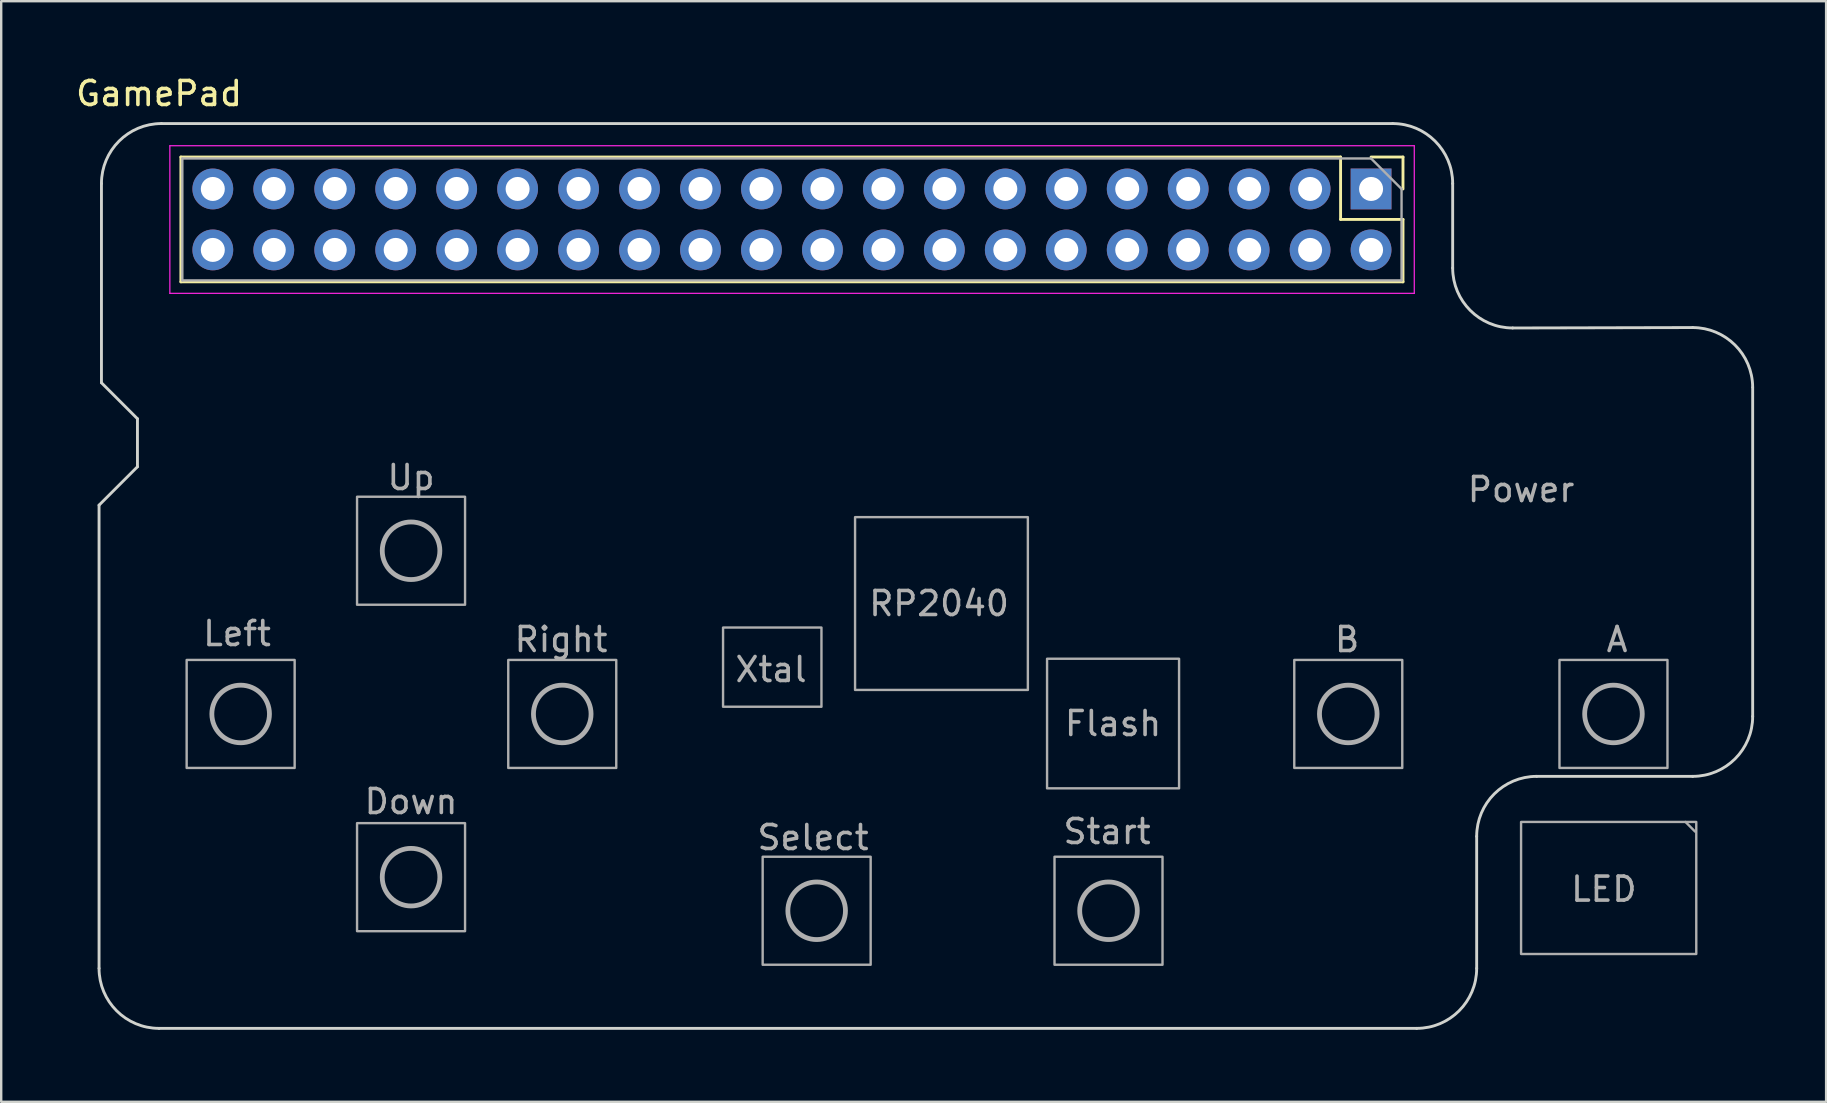
<source format=kicad_pcb>
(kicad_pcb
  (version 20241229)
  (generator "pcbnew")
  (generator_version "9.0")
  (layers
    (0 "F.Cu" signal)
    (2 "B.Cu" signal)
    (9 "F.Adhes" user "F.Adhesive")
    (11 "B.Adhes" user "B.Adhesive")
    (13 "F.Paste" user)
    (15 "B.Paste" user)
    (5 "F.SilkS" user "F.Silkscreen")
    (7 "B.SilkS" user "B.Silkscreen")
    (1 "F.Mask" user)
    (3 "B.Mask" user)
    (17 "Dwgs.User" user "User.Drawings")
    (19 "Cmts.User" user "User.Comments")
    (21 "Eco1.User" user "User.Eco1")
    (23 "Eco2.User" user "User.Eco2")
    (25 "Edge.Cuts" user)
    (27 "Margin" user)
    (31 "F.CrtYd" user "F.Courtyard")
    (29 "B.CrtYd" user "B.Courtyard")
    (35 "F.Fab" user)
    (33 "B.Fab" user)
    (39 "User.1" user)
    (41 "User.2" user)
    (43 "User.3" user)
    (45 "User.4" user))
  (footprint "GamePad"
    (layer "F.Cu")
    (at 36.077 22.098)
    (property "Reference" "GamePad" (at -32.5 -21.25 0) (unlocked yes) (layer "F.SilkS") (effects (font (size 1 1) (thickness 0.15))))
    (attr through_hole)
    (fp_line (start -31.59 -18.605) (end -31.59 -13.405) (stroke (width 0.12) (type solid)) (layer "F.SilkS"))
    (fp_line (start 16.73 -18.605) (end -31.59 -18.605) (stroke (width 0.12) (type solid)) (layer "F.SilkS"))
    (fp_line (start 16.73 -18.605) (end 16.73 -16.005) (stroke (width 0.12) (type solid)) (layer "F.SilkS"))
    (fp_line (start 16.73 -16.005) (end 19.33 -16.005) (stroke (width 0.12) (type solid)) (layer "F.SilkS"))
    (fp_line (start 18 -18.605) (end 19.33 -18.605) (stroke (width 0.12) (type solid)) (layer "F.SilkS"))
    (fp_line (start 19.33 -18.605) (end 19.33 -17.275) (stroke (width 0.12) (type solid)) (layer "F.SilkS"))
    (fp_line (start 19.33 -16.005) (end 19.33 -13.405) (stroke (width 0.12) (type solid)) (layer "F.SilkS"))
    (fp_line (start 19.33 -13.405) (end -31.59 -13.405) (stroke (width 0.12) (type solid)) (layer "F.SilkS"))
    (fp_line (start -35 -4.1) (end -35 15.2) (stroke (width 0.12) (type solid)) (layer "Edge.Cuts"))
    (fp_line (start -34.9 -17.5) (end -34.9 -9.2) (stroke (width 0.12) (type solid)) (layer "Edge.Cuts"))
    (fp_line (start -34.9 -9.2) (end -33.4 -7.7) (stroke (width 0.12) (type solid)) (layer "Edge.Cuts"))
    (fp_line (start -33.4 -7.7) (end -33.4 -5.7) (stroke (width 0.12) (type solid)) (layer "Edge.Cuts"))
    (fp_line (start -33.4 -5.7) (end -35 -4.1) (stroke (width 0.12) (type solid)) (layer "Edge.Cuts"))
    (fp_line (start -32.5 17.7) (end 19.9 17.7) (stroke (width 0.12) (type solid)) (layer "Edge.Cuts"))
    (fp_line (start -32.4 -20) (end 18.9 -20) (stroke (width 0.12) (type solid)) (layer "Edge.Cuts"))
    (fp_line (start 21.4 -17.5) (end 21.4 -13.982) (stroke (width 0.12) (type solid)) (layer "Edge.Cuts"))
    (fp_line (start 22.4 9.7) (end 22.4 15.2) (stroke (width 0.12) (type solid)) (layer "Edge.Cuts"))
    (fp_line (start 23.9 -11.482) (end 31.4 -11.5) (stroke (width 0.12) (type solid)) (layer "Edge.Cuts"))
    (fp_line (start 24.9 7.2) (end 31.4 7.2) (stroke (width 0.12) (type solid)) (layer "Edge.Cuts"))
    (fp_line (start 33.9 4.7) (end 33.9 -9) (stroke (width 0.12) (type solid)) (layer "Edge.Cuts"))
    (fp_arc (start -34.9 -17.5) (mid -34.167767 -19.267767) (end -32.4 -20) (stroke (width 0.12) (type solid)) (layer "Edge.Cuts"))
    (fp_arc (start -32.5 17.7) (mid -34.267767 16.967767) (end -35 15.2) (stroke (width 0.12) (type solid)) (layer "Edge.Cuts"))
    (fp_arc (start 18.9 -20) (mid 20.667767 -19.267767) (end 21.4 -17.5) (stroke (width 0.12) (type solid)) (layer "Edge.Cuts"))
    (fp_arc (start 22.4 9.7) (mid 23.132233 7.932233) (end 24.9 7.2) (stroke (width 0.12) (type solid)) (layer "Edge.Cuts"))
    (fp_arc (start 22.4 15.2) (mid 21.667767 16.967767) (end 19.9 17.7) (stroke (width 0.12) (type solid)) (layer "Edge.Cuts"))
    (fp_arc (start 23.9 -11.482412) (mid 22.132233 -12.214645) (end 21.4 -13.982412) (stroke (width 0.12) (type solid)) (layer "Edge.Cuts"))
    (fp_arc (start 31.4 -11.5) (mid 33.161411 -10.7741) (end 33.899936 -9.017946) (stroke (width 0.12) (type solid)) (layer "Edge.Cuts"))
    (fp_arc (start 33.9 4.7) (mid 33.167767 6.467767) (end 31.4 7.2) (stroke (width 0.12) (type solid)) (layer "Edge.Cuts"))
    (fp_line (start -32.05 -19.075) (end -32.05 -12.925) (stroke (width 0.05) (type solid)) (layer "F.CrtYd"))
    (fp_line (start -32.05 -12.925) (end 19.8 -12.925) (stroke (width 0.05) (type solid)) (layer "F.CrtYd"))
    (fp_line (start 19.8 -19.075) (end -32.05 -19.075) (stroke (width 0.05) (type solid)) (layer "F.CrtYd"))
    (fp_line (start 19.8 -12.925) (end 19.8 -19.075) (stroke (width 0.05) (type solid)) (layer "F.CrtYd"))
    (fp_line (start -31.53 -18.545) (end 18 -18.545) (stroke (width 0.1) (type solid)) (layer "F.Fab"))
    (fp_line (start -31.53 -13.465) (end -31.53 -18.545) (stroke (width 0.1) (type solid)) (layer "F.Fab"))
    (fp_line (start 18 -18.545) (end 19.27 -17.275) (stroke (width 0.1) (type solid)) (layer "F.Fab"))
    (fp_line (start 19.27 -17.275) (end 19.27 -13.465) (stroke (width 0.1) (type solid)) (layer "F.Fab"))
    (fp_line (start 19.27 -13.465) (end -31.53 -13.465) (stroke (width 0.1) (type solid)) (layer "F.Fab"))
    (fp_line (start 31.1 9.1) (end 31.5 9.5) (stroke (width 0.1) (type solid)) (layer "F.Fab"))
    (fp_rect (start -31.35 2.35) (end -26.85 6.85) (stroke (width 0.1) (type solid)) (fill no) (layer "F.Fab"))
    (fp_rect (start -17.95 2.35) (end -13.45 6.85) (stroke (width 0.1) (type solid)) (fill no) (layer "F.Fab"))
    (fp_rect (start -7.35 10.55) (end -2.85 15.05) (stroke (width 0.1) (type solid)) (fill no) (layer "F.Fab"))
    (fp_rect (start -4.9 4.3) (end -9 1) (stroke (width 0.1) (type solid)) (fill no) (layer "F.Fab"))
    (fp_rect (start -3.5 -3.6) (end 3.7 3.6) (stroke (width 0.1) (type solid)) (fill no) (layer "F.Fab"))
    (fp_rect (start 4.5 2.3) (end 10 7.7) (stroke (width 0.1) (type solid)) (fill no) (layer "F.Fab"))
    (fp_rect (start 4.81 10.55) (end 9.31 15.05) (stroke (width 0.1) (type solid)) (fill no) (layer "F.Fab"))
    (fp_rect (start 14.8 2.35) (end 19.3 6.85) (stroke (width 0.1) (type solid)) (fill no) (layer "F.Fab"))
    (fp_rect (start 24.25 9.1) (end 31.55 14.6) (stroke (width 0.1) (type solid)) (fill no) (layer "F.Fab"))
    (fp_rect (start 25.85 2.35) (end 30.35 6.85) (stroke (width 0.1) (type solid)) (fill no) (layer "F.Fab"))
    (fp_circle (center -29.1 4.6) (end -27.9 4.6) (stroke (width 0.2) (type solid)) (fill no) (layer "F.Fab"))
    (fp_circle (center -22 -2.2) (end -22 -3.4) (stroke (width 0.2) (type solid)) (fill no) (layer "F.Fab"))
    (fp_circle (center -22 11.4) (end -22 10.2) (stroke (width 0.2) (type solid)) (fill no) (layer "F.Fab"))
    (fp_circle (center -15.7 4.6) (end -14.5 4.6) (stroke (width 0.2) (type solid)) (fill no) (layer "F.Fab"))
    (fp_circle (center -5.1 12.8) (end -3.9 12.8) (stroke (width 0.2) (type solid)) (fill no) (layer "F.Fab"))
    (fp_circle (center 7.06 12.8) (end 8.26 12.8) (stroke (width 0.2) (type solid)) (fill no) (layer "F.Fab"))
    (fp_circle (center 17.05 4.6) (end 18.25 4.6) (stroke (width 0.2) (type solid)) (fill no) (layer "F.Fab"))
    (fp_circle (center 28.1 4.6) (end 29.3 4.6) (stroke (width 0.2) (type solid)) (fill no) (layer "F.Fab"))
    (fp_poly (pts (xy -24.25 0.05) (xy -24.25 -4.45) (xy -19.75 -4.45) (xy -19.75 0.05)) (stroke (width 0.1) (type solid)) (fill no) (layer "F.Fab"))
    (fp_poly (pts (xy -24.25 13.65) (xy -24.25 9.15) (xy -19.75 9.15) (xy -19.75 13.65)) (stroke (width 0.1) (type solid)) (fill no) (layer "F.Fab"))
    (fp_text user "Power" (at 24.25 -4.75 0) (unlocked yes) (layer "F.Fab") (effects (font (size 1 1) (thickness 0.15))))
    (fp_text user "Start" (at 7 9.5 0) (unlocked yes) (layer "F.Fab") (effects (font (size 1 1) (thickness 0.15))))
    (fp_text user "Xtal" (at -7 2.75 0) (unlocked yes) (layer "F.Fab") (effects (font (size 1 1) (thickness 0.15))))
    (fp_text user "B" (at 17 1.5 0) (unlocked yes) (layer "F.Fab") (effects (font (size 1 1) (thickness 0.15))))
    (fp_text user "A" (at 28.25 1.5 0) (unlocked yes) (layer "F.Fab") (effects (font (size 1 1) (thickness 0.15))))
    (fp_text user "LED" (at 27.7 11.9 0) (unlocked yes) (layer "F.Fab") (effects (font (size 1 1) (thickness 0.15))))
    (fp_text user "Flash" (at 7.25 5 0) (unlocked yes) (layer "F.Fab") (effects (font (size 1 1) (thickness 0.15))))
    (fp_text user "Select" (at -5.25 9.75 0) (unlocked yes) (layer "F.Fab") (effects (font (size 1 1) (thickness 0.15))))
    (fp_text user "Right" (at -15.75 1.5 0) (unlocked yes) (layer "F.Fab") (effects (font (size 1 1) (thickness 0.15))))
    (fp_text user "Left" (at -29.25 1.25 0) (unlocked yes) (layer "F.Fab") (effects (font (size 1 1) (thickness 0.15))))
    (fp_text user "Down" (at -22 8.25 0) (unlocked yes) (layer "F.Fab") (effects (font (size 1 1) (thickness 0.15))))
    (fp_text user "RP2040" (at 0 0 0) (unlocked yes) (layer "F.Fab") (effects (font (size 1 1) (thickness 0.15))))
    (fp_text user "Up" (at -22 -5.25 0) (unlocked yes) (layer "F.Fab") (effects (font (size 1 1) (thickness 0.15))))
    (pad "1" thru_hole rect (at 18 -17.275 270) (size 1.7 1.7) (drill 1) (layers "*.Cu" "*.Mask"))
    (pad "2" thru_hole oval (at 18 -14.735 270) (size 1.7 1.7) (drill 1) (layers "*.Cu" "*.Mask"))
    (pad "3" thru_hole oval (at 15.46 -17.275 270) (size 1.7 1.7) (drill 1) (layers "*.Cu" "*.Mask"))
    (pad "4" thru_hole oval (at 15.46 -14.735 270) (size 1.7 1.7) (drill 1) (layers "*.Cu" "*.Mask"))
    (pad "5" thru_hole oval (at 12.92 -17.275 270) (size 1.7 1.7) (drill 1) (layers "*.Cu" "*.Mask"))
    (pad "6" thru_hole oval (at 12.92 -14.735 270) (size 1.7 1.7) (drill 1) (layers "*.Cu" "*.Mask"))
    (pad "7" thru_hole oval (at 10.38 -17.275 270) (size 1.7 1.7) (drill 1) (layers "*.Cu" "*.Mask"))
    (pad "8" thru_hole oval (at 10.38 -14.735 270) (size 1.7 1.7) (drill 1) (layers "*.Cu" "*.Mask"))
    (pad "9" thru_hole oval (at 7.84 -17.275 270) (size 1.7 1.7) (drill 1) (layers "*.Cu" "*.Mask"))
    (pad "10" thru_hole oval (at 7.84 -14.735 270) (size 1.7 1.7) (drill 1) (layers "*.Cu" "*.Mask"))
    (pad "11" thru_hole oval (at 5.3 -17.275 270) (size 1.7 1.7) (drill 1) (layers "*.Cu" "*.Mask"))
    (pad "12" thru_hole oval (at 5.3 -14.735 270) (size 1.7 1.7) (drill 1) (layers "*.Cu" "*.Mask"))
    (pad "13" thru_hole oval (at 2.76 -17.275 270) (size 1.7 1.7) (drill 1) (layers "*.Cu" "*.Mask"))
    (pad "14" thru_hole oval (at 2.76 -14.735 270) (size 1.7 1.7) (drill 1) (layers "*.Cu" "*.Mask"))
    (pad "15" thru_hole oval (at 0.22 -17.275 270) (size 1.7 1.7) (drill 1) (layers "*.Cu" "*.Mask"))
    (pad "16" thru_hole oval (at 0.22 -14.735 270) (size 1.7 1.7) (drill 1) (layers "*.Cu" "*.Mask"))
    (pad "17" thru_hole oval (at -2.32 -17.275 270) (size 1.7 1.7) (drill 1) (layers "*.Cu" "*.Mask"))
    (pad "18" thru_hole oval (at -2.32 -14.735 270) (size 1.7 1.7) (drill 1) (layers "*.Cu" "*.Mask"))
    (pad "19" thru_hole oval (at -4.86 -17.275 270) (size 1.7 1.7) (drill 1) (layers "*.Cu" "*.Mask"))
    (pad "20" thru_hole oval (at -4.86 -14.735 270) (size 1.7 1.7) (drill 1) (layers "*.Cu" "*.Mask"))
    (pad "21" thru_hole oval (at -7.4 -17.275 270) (size 1.7 1.7) (drill 1) (layers "*.Cu" "*.Mask"))
    (pad "22" thru_hole oval (at -7.4 -14.735 270) (size 1.7 1.7) (drill 1) (layers "*.Cu" "*.Mask"))
    (pad "23" thru_hole oval (at -9.94 -17.275 270) (size 1.7 1.7) (drill 1) (layers "*.Cu" "*.Mask"))
    (pad "24" thru_hole oval (at -9.94 -14.735 270) (size 1.7 1.7) (drill 1) (layers "*.Cu" "*.Mask"))
    (pad "25" thru_hole oval (at -12.48 -17.275 270) (size 1.7 1.7) (drill 1) (layers "*.Cu" "*.Mask"))
    (pad "26" thru_hole oval (at -12.48 -14.735 270) (size 1.7 1.7) (drill 1) (layers "*.Cu" "*.Mask"))
    (pad "27" thru_hole oval (at -15.02 -17.275 270) (size 1.7 1.7) (drill 1) (layers "*.Cu" "*.Mask"))
    (pad "28" thru_hole oval (at -15.02 -14.735 270) (size 1.7 1.7) (drill 1) (layers "*.Cu" "*.Mask"))
    (pad "29" thru_hole oval (at -17.56 -17.275 270) (size 1.7 1.7) (drill 1) (layers "*.Cu" "*.Mask"))
    (pad "30" thru_hole oval (at -17.56 -14.735 270) (size 1.7 1.7) (drill 1) (layers "*.Cu" "*.Mask"))
    (pad "31" thru_hole oval (at -20.1 -17.275 270) (size 1.7 1.7) (drill 1) (layers "*.Cu" "*.Mask"))
    (pad "32" thru_hole oval (at -20.1 -14.735 270) (size 1.7 1.7) (drill 1) (layers "*.Cu" "*.Mask"))
    (pad "33" thru_hole oval (at -22.64 -17.275 270) (size 1.7 1.7) (drill 1) (layers "*.Cu" "*.Mask"))
    (pad "34" thru_hole oval (at -22.64 -14.735 270) (size 1.7 1.7) (drill 1) (layers "*.Cu" "*.Mask"))
    (pad "35" thru_hole oval (at -25.18 -17.275 270) (size 1.7 1.7) (drill 1) (layers "*.Cu" "*.Mask"))
    (pad "36" thru_hole oval (at -25.18 -14.735 270) (size 1.7 1.7) (drill 1) (layers "*.Cu" "*.Mask"))
    (pad "37" thru_hole oval (at -27.72 -17.275 270) (size 1.7 1.7) (drill 1) (layers "*.Cu" "*.Mask"))
    (pad "38" thru_hole oval (at -27.72 -14.735 270) (size 1.7 1.7) (drill 1) (layers "*.Cu" "*.Mask"))
    (pad "39" thru_hole oval (at -30.26 -17.275 270) (size 1.7 1.7) (drill 1) (layers "*.Cu" "*.Mask"))
    (pad "40" thru_hole oval (at -30.26 -14.735 270) (size 1.7 1.7) (drill 1) (layers "*.Cu" "*.Mask")))
  (gr_rect
    (start -3 -3)
    (end 73.037 42.858)
    (stroke (width 0.1) (type default))
    (fill no)
    (layer "Edge.Cuts")))
</source>
